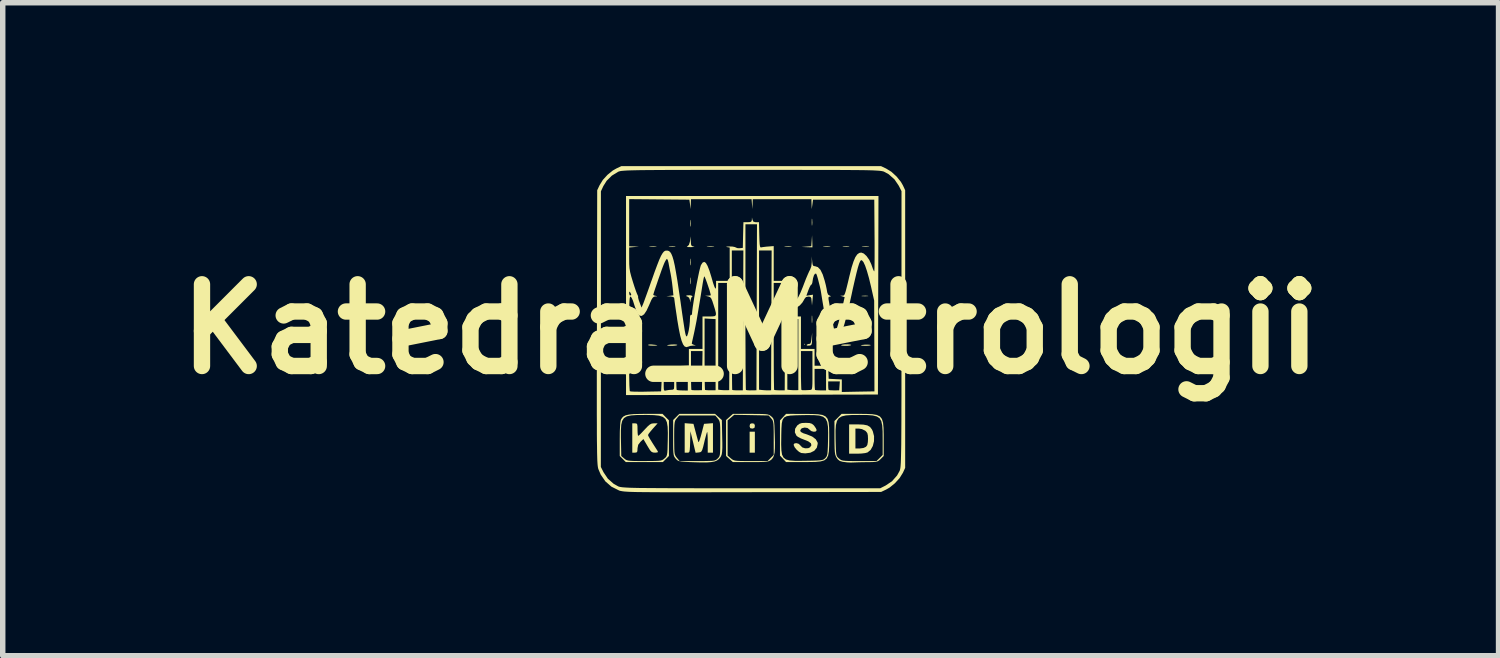
<source format=kicad_pcb>
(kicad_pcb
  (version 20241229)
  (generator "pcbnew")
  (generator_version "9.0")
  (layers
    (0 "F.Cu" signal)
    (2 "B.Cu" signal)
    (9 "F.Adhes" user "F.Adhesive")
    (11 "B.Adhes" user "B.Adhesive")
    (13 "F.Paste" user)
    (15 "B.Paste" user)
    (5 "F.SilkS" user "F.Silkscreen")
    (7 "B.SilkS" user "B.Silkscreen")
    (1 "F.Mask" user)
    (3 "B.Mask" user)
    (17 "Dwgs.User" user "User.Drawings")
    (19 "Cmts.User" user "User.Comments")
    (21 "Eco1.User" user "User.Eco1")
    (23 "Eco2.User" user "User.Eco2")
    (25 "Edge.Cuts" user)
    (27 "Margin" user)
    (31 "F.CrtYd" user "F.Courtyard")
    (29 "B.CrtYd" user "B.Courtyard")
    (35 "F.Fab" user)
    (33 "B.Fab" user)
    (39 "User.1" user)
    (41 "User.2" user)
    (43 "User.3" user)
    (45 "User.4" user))
  (footprint "Katedra_Metrologii"
    (layer "F.Cu")
    (at 10.729 2.99)
    (property "Reference" "Katedra_Metrologii" (at 0 0 0) (layer "F.SilkS") (effects (font (size 1.5 1.5) (thickness 0.3))))
    (attr board_only exclude_from_pos_files exclude_from_bom)
    (fp_poly (pts (xy 1 0.279) (xy 0.99 0.288) (xy 0.981 0.279) (xy 0.99 0.269)) (stroke (width 0) (type solid)) (fill yes) (layer "F.SilkS"))
    (fp_poly (pts (xy -1.389 -1.514) (xy -1.377 -1.509) (xy -1.399 -1.506) (xy -1.442 -1.506) (xy -1.49 -1.507) (xy -1.507 -1.51) (xy -1.495 -1.514) (xy -1.433 -1.517)) (stroke (width 0) (type solid)) (fill yes) (layer "F.SilkS"))
    (fp_poly (pts (xy -1.101 -1.995) (xy -1.098 -1.933) (xy -1.101 -1.889) (xy -1.106 -1.877) (xy -1.109 -1.899) (xy -1.109 -1.942) (xy -1.108 -1.989) (xy -1.105 -2.007)) (stroke (width 0) (type solid)) (fill yes) (layer "F.SilkS"))
    (fp_poly (pts (xy -1.101 -1.283) (xy -1.098 -1.221) (xy -1.101 -1.178) (xy -1.106 -1.166) (xy -1.109 -1.188) (xy -1.109 -1.231) (xy -1.108 -1.278) (xy -1.105 -1.296)) (stroke (width 0) (type solid)) (fill yes) (layer "F.SilkS"))
    (fp_poly (pts (xy -1.101 -0.937) (xy -1.098 -0.875) (xy -1.101 -0.832) (xy -1.106 -0.82) (xy -1.109 -0.842) (xy -1.109 -0.884) (xy -1.108 -0.932) (xy -1.105 -0.95)) (stroke (width 0) (type solid)) (fill yes) (layer "F.SilkS"))
    (fp_poly (pts (xy 0.077 2.077) (xy 0.077 2.269) (xy 0.029 2.269) (xy -0.019 2.269) (xy -0.019 2.077) (xy -0.019 1.884) (xy 0.029 1.884) (xy 0.077 1.884)) (stroke (width 0) (type solid)) (fill yes) (layer "F.SilkS"))
    (fp_poly (pts (xy 1.129 -2.014) (xy 1.132 -1.952) (xy 1.129 -1.908) (xy 1.125 -1.896) (xy 1.122 -1.918) (xy 1.121 -1.961) (xy 1.122 -2.009) (xy 1.125 -2.027)) (stroke (width 0) (type solid)) (fill yes) (layer "F.SilkS"))
    (fp_poly (pts (xy 1.131 -1.61) (xy 1.134 -1.5) (xy 1.033 -1.503) (xy 0.933 -1.507) (xy 1.023 -1.514) (xy 1.113 -1.521) (xy 1.12 -1.621) (xy 1.127 -1.721)) (stroke (width 0) (type solid)) (fill yes) (layer "F.SilkS"))
    (fp_poly (pts (xy 1.803 -1.514) (xy 1.815 -1.509) (xy 1.793 -1.506) (xy 1.75 -1.506) (xy 1.702 -1.507) (xy 1.684 -1.51) (xy 1.697 -1.514) (xy 1.759 -1.517)) (stroke (width 0) (type solid)) (fill yes) (layer "F.SilkS"))
    (fp_poly (pts (xy 2.149 -0.61) (xy 2.161 -0.606) (xy 2.139 -0.603) (xy 2.096 -0.602) (xy 2.048 -0.603) (xy 2.031 -0.606) (xy 2.043 -0.61) (xy 2.105 -0.613)) (stroke (width 0) (type solid)) (fill yes) (layer "F.SilkS"))
    (fp_poly (pts (xy -1.735 -1.514) (xy -1.724 -1.51) (xy -1.747 -1.507) (xy -1.798 -1.506) (xy -1.847 -1.507) (xy -1.866 -1.51) (xy -1.851 -1.514) (xy -1.85 -1.514) (xy -1.788 -1.517)) (stroke (width 0) (type solid)) (fill yes) (layer "F.SilkS"))
    (fp_poly (pts (xy -0.677 -1.514) (xy -0.667 -1.51) (xy -0.69 -1.507) (xy -0.74 -1.506) (xy -0.79 -1.507) (xy -0.809 -1.51) (xy -0.793 -1.514) (xy -0.793 -1.514) (xy -0.73 -1.517)) (stroke (width 0) (type solid)) (fill yes) (layer "F.SilkS"))
    (fp_poly (pts (xy 0.745 -1.514) (xy 0.756 -1.51) (xy 0.733 -1.507) (xy 0.683 -1.506) (xy 0.633 -1.507) (xy 0.614 -1.51) (xy 0.63 -1.514) (xy 0.63 -1.514) (xy 0.693 -1.517)) (stroke (width 0) (type solid)) (fill yes) (layer "F.SilkS"))
    (fp_poly (pts (xy 1.129 -0.236) (xy 1.129 -0.235) (xy 1.132 -0.172) (xy 1.129 -0.12) (xy 1.125 -0.109) (xy 1.122 -0.132) (xy 1.121 -0.183) (xy 1.122 -0.232) (xy 1.125 -0.251)) (stroke (width 0) (type solid)) (fill yes) (layer "F.SilkS"))
    (fp_poly (pts (xy 1.457 -1.514) (xy 1.467 -1.51) (xy 1.445 -1.507) (xy 1.394 -1.506) (xy 1.345 -1.507) (xy 1.326 -1.51) (xy 1.341 -1.514) (xy 1.341 -1.514) (xy 1.404 -1.517)) (stroke (width 0) (type solid)) (fill yes) (layer "F.SilkS"))
    (fp_poly (pts (xy 2.168 -1.514) (xy 2.179 -1.51) (xy 2.156 -1.507) (xy 2.105 -1.506) (xy 2.056 -1.507) (xy 2.037 -1.51) (xy 2.052 -1.514) (xy 2.053 -1.514) (xy 2.116 -1.517)) (stroke (width 0) (type solid)) (fill yes) (layer "F.SilkS"))
    (fp_poly (pts (xy -1.812 0.284) (xy -1.744 0.291) (xy -1.713 0.298) (xy -1.721 0.302) (xy -1.767 0.305) (xy -1.783 0.305) (xy -1.84 0.304) (xy -1.876 0.298) (xy -1.884 0.292) (xy -1.867 0.284) (xy -1.826 0.283)) (stroke (width 0) (type solid)) (fill yes) (layer "F.SilkS"))
    (fp_poly (pts (xy 1.413 0.285) (xy 1.456 0.291) (xy 1.479 0.299) (xy 1.467 0.304) (xy 1.427 0.307) (xy 1.397 0.308) (xy 1.345 0.305) (xy 1.312 0.297) (xy 1.307 0.291) (xy 1.324 0.284) (xy 1.364 0.283)) (stroke (width 0) (type solid)) (fill yes) (layer "F.SilkS"))
    (fp_poly (pts (xy 2.189 0.289) (xy 2.204 0.294) (xy 2.195 0.301) (xy 2.156 0.306) (xy 2.115 0.308) (xy 2.06 0.306) (xy 2.026 0.303) (xy 2.021 0.3) (xy 2.046 0.292) (xy 2.094 0.287) (xy 2.147 0.286)) (stroke (width 0) (type solid)) (fill yes) (layer "F.SilkS"))
    (fp_poly (pts (xy -1.37 0.284) (xy -1.347 0.29) (xy -1.346 0.292) (xy -1.363 0.301) (xy -1.408 0.306) (xy -1.445 0.308) (xy -1.499 0.306) (xy -1.531 0.302) (xy -1.536 0.299) (xy -1.511 0.291) (xy -1.466 0.285) (xy -1.415 0.283)) (stroke (width 0) (type solid)) (fill yes) (layer "F.SilkS"))
    (fp_poly (pts (xy 0.065 1.738) (xy 0.077 1.77) (xy 0.077 1.779) (xy 0.069 1.815) (xy 0.038 1.826) (xy 0.029 1.827) (xy -0.008 1.819) (xy -0.019 1.787) (xy -0.019 1.779) (xy -0.011 1.742) (xy 0.02 1.731) (xy 0.029 1.731)) (stroke (width 0) (type solid)) (fill yes) (layer "F.SilkS"))
    (fp_poly (pts (xy 1.824 0.284) (xy 1.845 0.291) (xy 1.846 0.292) (xy 1.829 0.301) (xy 1.784 0.307) (xy 1.747 0.308) (xy 1.693 0.306) (xy 1.662 0.301) (xy 1.659 0.296) (xy 1.684 0.287) (xy 1.729 0.282) (xy 1.781 0.281)) (stroke (width 0) (type solid)) (fill yes) (layer "F.SilkS"))
    (fp_poly (pts (xy -1.099 -1.612) (xy -1.095 -1.556) (xy -1.084 -1.528) (xy -1.059 -1.516) (xy -1.043 -1.514) (xy -1.031 -1.509) (xy -1.053 -1.506) (xy -1.096 -1.504) (xy -1.153 -1.505) (xy -1.173 -1.511) (xy -1.163 -1.517) (xy -1.134 -1.544) (xy -1.116 -1.599) (xy -1.113 -1.617) (xy -1.102 -1.702)) (stroke (width 0) (type solid)) (fill yes) (layer "F.SilkS"))
    (fp_poly (pts (xy -1.086 -0.614) (xy -1.065 -0.602) (xy -1.071 -0.597) (xy -1.088 -0.58) (xy -1.101 -0.538) (xy -1.101 -0.534) (xy -1.107 -0.495) (xy -1.11 -0.493) (xy -1.112 -0.525) (xy -1.13 -0.575) (xy -1.157 -0.594) (xy -1.186 -0.606) (xy -1.179 -0.614) (xy -1.162 -0.619) (xy -1.112 -0.62)) (stroke (width 0) (type solid)) (fill yes) (layer "F.SilkS"))
    (fp_poly (pts (xy 1.127 0.183) (xy 1.125 0.247) (xy 1.118 0.282) (xy 1.103 0.298) (xy 1.074 0.304) (xy 1.07 0.304) (xy 1.032 0.303) (xy 1.028 0.289) (xy 1.056 0.274) (xy 1.073 0.273) (xy 1.093 0.269) (xy 1.106 0.242) (xy 1.116 0.186) (xy 1.117 0.173) (xy 1.129 0.067)) (stroke (width 0) (type solid)) (fill yes) (layer "F.SilkS"))
    (fp_poly (pts (xy 2.069 1.754) (xy 2.141 1.768) (xy 2.191 1.797) (xy 2.226 1.843) (xy 2.242 1.877) (xy 2.265 1.966) (xy 2.264 2.059) (xy 2.242 2.147) (xy 2.202 2.218) (xy 2.146 2.264) (xy 2.145 2.265) (xy 2.1 2.277) (xy 2.032 2.285) (xy 1.954 2.288) (xy 1.951 2.288) (xy 1.807 2.288) (xy 1.807 2.019) (xy 1.807 2.009) (xy 1.923 2.009) (xy 1.923 2.192) (xy 2.003 2.192) (xy 2.07 2.183) (xy 2.117 2.161) (xy 2.118 2.16) (xy 2.141 2.128) (xy 2.151 2.075) (xy 2.154 2.017) (xy 2.151 1.951) (xy 2.141 1.91) (xy 2.119 1.881) (xy 2.103 1.866) (xy 2.044 1.837) (xy 1.987 1.827) (xy 1.923 1.827) (xy 1.923 2.009) (xy 1.807 2.009) (xy 1.807 1.75) (xy 1.967 1.75)) (stroke (width 0) (type solid)) (fill yes) (layer "F.SilkS"))
    (fp_poly (pts (xy -0.692 1.999) (xy -0.692 2.269) (xy -0.74 2.269) (xy -0.788 2.269) (xy -0.788 2.073) (xy -0.789 1.993) (xy -0.792 1.931) (xy -0.796 1.895) (xy -0.799 1.888) (xy -0.808 1.911) (xy -0.822 1.961) (xy -0.841 2.032) (xy -0.852 2.079) (xy -0.872 2.162) (xy -0.888 2.215) (xy -0.903 2.245) (xy -0.921 2.259) (xy -0.946 2.264) (xy -0.953 2.265) (xy -1.011 2.271) (xy -1.058 2.073) (xy -1.106 1.875) (xy -1.111 2.072) (xy -1.114 2.16) (xy -1.118 2.217) (xy -1.124 2.25) (xy -1.135 2.265) (xy -1.152 2.269) (xy -1.164 2.269) (xy -1.211 2.269) (xy -1.211 1.999) (xy -1.211 1.728) (xy -1.131 1.734) (xy -1.05 1.74) (xy -1.009 1.894) (xy -0.989 1.969) (xy -0.972 2.031) (xy -0.961 2.07) (xy -0.959 2.075) (xy -0.951 2.07) (xy -0.936 2.034) (xy -0.917 1.973) (xy -0.903 1.922) (xy -0.856 1.74) (xy -0.774 1.734) (xy -0.692 1.728)) (stroke (width 0) (type solid)) (fill yes) (layer "F.SilkS"))
    (fp_poly (pts (xy -2.098 1.733) (xy -2.084 1.746) (xy -2.078 1.78) (xy -2.077 1.842) (xy -2.077 1.846) (xy -2.075 1.907) (xy -2.07 1.949) (xy -2.064 1.961) (xy -2.046 1.948) (xy -2.01 1.913) (xy -1.962 1.862) (xy -1.947 1.846) (xy -1.891 1.787) (xy -1.85 1.752) (xy -1.816 1.735) (xy -1.778 1.731) (xy -1.775 1.731) (xy -1.708 1.731) (xy -1.796 1.829) (xy -1.84 1.881) (xy -1.872 1.922) (xy -1.884 1.945) (xy -1.884 1.946) (xy -1.875 1.969) (xy -1.849 2.016) (xy -1.811 2.077) (xy -1.802 2.092) (xy -1.761 2.156) (xy -1.727 2.209) (xy -1.706 2.242) (xy -1.704 2.245) (xy -1.705 2.262) (xy -1.738 2.268) (xy -1.756 2.269) (xy -1.792 2.266) (xy -1.82 2.253) (xy -1.847 2.224) (xy -1.881 2.169) (xy -1.896 2.144) (xy -1.969 2.019) (xy -2.023 2.071) (xy -2.064 2.124) (xy -2.077 2.188) (xy -2.077 2.196) (xy -2.08 2.244) (xy -2.093 2.264) (xy -2.125 2.269) (xy -2.125 2.269) (xy -2.173 2.269) (xy -2.173 2) (xy -2.173 1.731) (xy -2.125 1.731)) (stroke (width 0) (type solid)) (fill yes) (layer "F.SilkS"))
    (fp_poly (pts (xy 1.014 1.722) (xy 1.08 1.725) (xy 1.122 1.738) (xy 1.155 1.763) (xy 1.166 1.776) (xy 1.196 1.819) (xy 1.211 1.853) (xy 1.211 1.857) (xy 1.197 1.879) (xy 1.161 1.885) (xy 1.12 1.876) (xy 1.086 1.853) (xy 1.081 1.846) (xy 1.043 1.816) (xy 0.99 1.808) (xy 0.94 1.821) (xy 0.924 1.835) (xy 0.909 1.865) (xy 0.922 1.889) (xy 0.967 1.913) (xy 1.033 1.934) (xy 1.129 1.973) (xy 1.195 2.023) (xy 1.228 2.081) (xy 1.231 2.105) (xy 1.214 2.179) (xy 1.167 2.235) (xy 1.095 2.27) (xy 1.003 2.282) (xy 0.928 2.275) (xy 0.888 2.254) (xy 0.843 2.214) (xy 0.806 2.168) (xy 0.789 2.127) (xy 0.788 2.123) (xy 0.803 2.1) (xy 0.836 2.094) (xy 0.876 2.104) (xy 0.907 2.129) (xy 0.914 2.139) (xy 0.947 2.172) (xy 0.999 2.189) (xy 1.055 2.187) (xy 1.089 2.171) (xy 1.115 2.133) (xy 1.105 2.096) (xy 1.057 2.061) (xy 0.99 2.034) (xy 0.923 2.008) (xy 0.868 1.979) (xy 0.841 1.958) (xy 0.811 1.896) (xy 0.816 1.83) (xy 0.855 1.77) (xy 0.857 1.768) (xy 0.896 1.739) (xy 0.941 1.725) (xy 1.009 1.722)) (stroke (width 0) (type solid)) (fill yes) (layer "F.SilkS"))
    (fp_poly (pts (xy 0.118 1.558) (xy 0.206 1.559) (xy 0.267 1.562) (xy 0.309 1.567) (xy 0.338 1.576) (xy 0.359 1.588) (xy 0.379 1.604) (xy 0.399 1.622) (xy 0.414 1.642) (xy 0.424 1.668) (xy 0.431 1.708) (xy 0.436 1.768) (xy 0.439 1.856) (xy 0.442 1.945) (xy 0.446 2.082) (xy 0.445 2.186) (xy 0.44 2.264) (xy 0.428 2.32) (xy 0.411 2.36) (xy 0.386 2.391) (xy 0.372 2.403) (xy 0.35 2.417) (xy 0.325 2.428) (xy 0.289 2.435) (xy 0.236 2.439) (xy 0.161 2.441) (xy 0.056 2.442) (xy -0.002 2.442) (xy -0.326 2.442) (xy -0.389 2.386) (xy -0.452 2.33) (xy -0.452 2) (xy -0.452 1.676) (xy -0.423 1.676) (xy -0.423 2) (xy -0.423 2.323) (xy -0.364 2.373) (xy -0.34 2.392) (xy -0.317 2.405) (xy -0.288 2.414) (xy -0.245 2.419) (xy -0.182 2.422) (xy -0.093 2.423) (xy 0.003 2.423) (xy 0.311 2.423) (xy 0.367 2.367) (xy 0.423 2.31) (xy 0.423 2.002) (xy 0.423 1.887) (xy 0.421 1.803) (xy 0.418 1.744) (xy 0.412 1.705) (xy 0.403 1.677) (xy 0.389 1.655) (xy 0.377 1.64) (xy 0.33 1.586) (xy 0.014 1.58) (xy -0.302 1.574) (xy -0.362 1.625) (xy -0.423 1.676) (xy -0.452 1.676) (xy -0.452 1.67) (xy -0.389 1.614) (xy -0.326 1.557) (xy -0.001 1.557)) (stroke (width 0) (type solid)) (fill yes) (layer "F.SilkS"))
    (fp_poly (pts (xy -1.559 1.617) (xy -1.5 1.676) (xy -1.5 2.003) (xy -1.5 2.33) (xy -1.556 2.386) (xy -1.612 2.442) (xy -1.952 2.442) (xy -2.291 2.442) (xy -2.347 2.386) (xy -2.403 2.33) (xy -2.403 2.021) (xy -2.402 1.902) (xy -2.401 1.862) (xy -2.382 1.862) (xy -2.382 1.998) (xy -2.381 2.038) (xy -2.375 2.33) (xy -2.321 2.376) (xy -2.299 2.394) (xy -2.276 2.406) (xy -2.246 2.414) (xy -2.202 2.419) (xy -2.137 2.422) (xy -2.045 2.423) (xy -1.952 2.423) (xy -1.835 2.422) (xy -1.749 2.421) (xy -1.69 2.418) (xy -1.649 2.413) (xy -1.621 2.403) (xy -1.599 2.39) (xy -1.583 2.376) (xy -1.561 2.357) (xy -1.547 2.338) (xy -1.537 2.31) (xy -1.53 2.269) (xy -1.526 2.207) (xy -1.524 2.117) (xy -1.522 2.054) (xy -1.52 1.907) (xy -1.524 1.793) (xy -1.538 1.709) (xy -1.566 1.65) (xy -1.612 1.612) (xy -1.681 1.59) (xy -1.775 1.58) (xy -1.899 1.577) (xy -1.952 1.577) (xy -2.089 1.578) (xy -2.195 1.585) (xy -2.272 1.602) (xy -2.325 1.634) (xy -2.358 1.685) (xy -2.376 1.759) (xy -2.382 1.862) (xy -2.401 1.862) (xy -2.398 1.801) (xy -2.393 1.723) (xy -2.385 1.675) (xy -2.383 1.667) (xy -2.361 1.63) (xy -2.332 1.602) (xy -2.29 1.582) (xy -2.23 1.569) (xy -2.146 1.561) (xy -2.032 1.558) (xy -1.936 1.557) (xy -1.618 1.557)) (stroke (width 0) (type solid)) (fill yes) (layer "F.SilkS"))
    (fp_poly (pts (xy 0.984 1.558) (xy 1.128 1.559) (xy 1.238 1.564) (xy 1.319 1.577) (xy 1.375 1.604) (xy 1.411 1.647) (xy 1.431 1.713) (xy 1.44 1.804) (xy 1.442 1.926) (xy 1.442 2) (xy 1.441 2.138) (xy 1.436 2.245) (xy 1.422 2.322) (xy 1.395 2.376) (xy 1.35 2.411) (xy 1.282 2.43) (xy 1.187 2.439) (xy 1.06 2.441) (xy 0.984 2.442) (xy 0.65 2.442) (xy 0.594 2.382) (xy 0.538 2.323) (xy 0.538 2.117) (xy 0.56 2.117) (xy 0.564 2.225) (xy 0.576 2.305) (xy 0.603 2.359) (xy 0.648 2.394) (xy 0.716 2.412) (xy 0.812 2.419) (xy 0.939 2.419) (xy 1.014 2.418) (xy 1.131 2.416) (xy 1.215 2.413) (xy 1.274 2.409) (xy 1.313 2.403) (xy 1.34 2.393) (xy 1.359 2.379) (xy 1.37 2.369) (xy 1.387 2.349) (xy 1.399 2.325) (xy 1.408 2.291) (xy 1.413 2.238) (xy 1.417 2.161) (xy 1.42 2.053) (xy 1.422 1.905) (xy 1.419 1.791) (xy 1.405 1.706) (xy 1.376 1.647) (xy 1.329 1.609) (xy 1.259 1.588) (xy 1.162 1.58) (xy 1.033 1.579) (xy 0.96 1.58) (xy 0.828 1.583) (xy 0.73 1.588) (xy 0.66 1.6) (xy 0.613 1.625) (xy 0.585 1.668) (xy 0.571 1.732) (xy 0.565 1.824) (xy 0.562 1.948) (xy 0.562 1.976) (xy 0.56 2.117) (xy 0.538 2.117) (xy 0.538 2) (xy 0.538 1.677) (xy 0.594 1.617) (xy 0.65 1.557)) (stroke (width 0) (type solid)) (fill yes) (layer "F.SilkS"))
    (fp_poly (pts (xy 2.123 1.558) (xy 2.234 1.563) (xy 2.316 1.577) (xy 2.373 1.605) (xy 2.409 1.65) (xy 2.43 1.718) (xy 2.439 1.812) (xy 2.442 1.938) (xy 2.442 2.019) (xy 2.442 2.33) (xy 2.386 2.386) (xy 2.359 2.411) (xy 2.333 2.427) (xy 2.298 2.437) (xy 2.247 2.441) (xy 2.17 2.443) (xy 2.131 2.443) (xy 2.042 2.444) (xy 1.963 2.446) (xy 1.905 2.448) (xy 1.884 2.449) (xy 1.831 2.45) (xy 1.769 2.447) (xy 1.769 2.447) (xy 1.689 2.437) (xy 1.636 2.421) (xy 1.6 2.393) (xy 1.576 2.36) (xy 1.562 2.332) (xy 1.551 2.299) (xy 1.545 2.255) (xy 1.541 2.192) (xy 1.539 2.105) (xy 1.538 1.993) (xy 1.538 1.865) (xy 1.558 1.865) (xy 1.559 2.001) (xy 1.56 2.055) (xy 1.563 2.163) (xy 1.566 2.239) (xy 1.571 2.291) (xy 1.579 2.325) (xy 1.591 2.347) (xy 1.609 2.366) (xy 1.621 2.376) (xy 1.642 2.393) (xy 1.665 2.406) (xy 1.695 2.414) (xy 1.739 2.419) (xy 1.804 2.422) (xy 1.895 2.423) (xy 1.993 2.423) (xy 2.31 2.423) (xy 2.367 2.367) (xy 2.423 2.31) (xy 2.423 2.019) (xy 2.422 1.878) (xy 2.415 1.771) (xy 2.398 1.692) (xy 2.367 1.638) (xy 2.317 1.605) (xy 2.243 1.586) (xy 2.141 1.578) (xy 2.006 1.577) (xy 1.987 1.577) (xy 1.852 1.578) (xy 1.748 1.585) (xy 1.671 1.603) (xy 1.618 1.636) (xy 1.584 1.687) (xy 1.565 1.762) (xy 1.558 1.865) (xy 1.538 1.865) (xy 1.538 1.688) (xy 1.604 1.623) (xy 1.669 1.557) (xy 1.978 1.557)) (stroke (width 0) (type solid)) (fill yes) (layer "F.SilkS"))
    (fp_poly (pts (xy -0.592 1.614) (xy -0.529 1.67) (xy -0.523 1.962) (xy -0.52 2.088) (xy -0.52 2.182) (xy -0.524 2.251) (xy -0.531 2.299) (xy -0.544 2.335) (xy -0.563 2.363) (xy -0.587 2.389) (xy -0.619 2.413) (xy -0.663 2.431) (xy -0.724 2.442) (xy -0.807 2.448) (xy -0.917 2.448) (xy -1.059 2.444) (xy -1.112 2.442) (xy -1.207 2.437) (xy -1.271 2.432) (xy -1.314 2.424) (xy -1.342 2.412) (xy -1.363 2.393) (xy -1.377 2.378) (xy -1.393 2.357) (xy -1.406 2.335) (xy -1.414 2.305) (xy -1.419 2.262) (xy -1.422 2.199) (xy -1.423 2.109) (xy -1.423 1.999) (xy -1.404 1.999) (xy -1.403 2.114) (xy -1.402 2.197) (xy -1.399 2.255) (xy -1.393 2.295) (xy -1.383 2.322) (xy -1.369 2.345) (xy -1.354 2.364) (xy -1.304 2.423) (xy -0.978 2.423) (xy -0.859 2.423) (xy -0.772 2.421) (xy -0.711 2.419) (xy -0.67 2.414) (xy -0.643 2.405) (xy -0.623 2.393) (xy -0.605 2.376) (xy -0.605 2.376) (xy -0.587 2.357) (xy -0.575 2.337) (xy -0.566 2.309) (xy -0.561 2.267) (xy -0.559 2.205) (xy -0.558 2.117) (xy -0.558 2.011) (xy -0.558 1.894) (xy -0.559 1.808) (xy -0.562 1.748) (xy -0.568 1.707) (xy -0.577 1.679) (xy -0.59 1.658) (xy -0.604 1.64) (xy -0.65 1.586) (xy -0.981 1.586) (xy -1.311 1.586) (xy -1.357 1.64) (xy -1.375 1.662) (xy -1.387 1.685) (xy -1.395 1.716) (xy -1.4 1.761) (xy -1.403 1.828) (xy -1.404 1.922) (xy -1.404 1.999) (xy -1.423 1.999) (xy -1.423 1.997) (xy -1.423 1.67) (xy -1.367 1.614) (xy -1.31 1.557) (xy -0.982 1.557) (xy -0.654 1.557)) (stroke (width 0) (type solid)) (fill yes) (layer "F.SilkS"))
    (fp_poly (pts (xy 2.485 -2.947) (xy 2.583 -2.887) (xy 2.677 -2.801) (xy 2.756 -2.704) (xy 2.794 -2.639) (xy 2.836 -2.548) (xy 2.836 0) (xy 2.836 2.548) (xy 2.794 2.639) (xy 2.733 2.737) (xy 2.647 2.831) (xy 2.55 2.91) (xy 2.485 2.947) (xy 2.394 2.99) (xy 0.038 2.994) (xy -0.312 2.995) (xy -0.626 2.995) (xy -0.905 2.996) (xy -1.153 2.996) (xy -1.37 2.996) (xy -1.56 2.996) (xy -1.723 2.995) (xy -1.863 2.994) (xy -1.981 2.993) (xy -2.079 2.992) (xy -2.16 2.99) (xy -2.225 2.988) (xy -2.277 2.985) (xy -2.318 2.982) (xy -2.35 2.978) (xy -2.374 2.974) (xy -2.394 2.97) (xy -2.411 2.965) (xy -2.418 2.962) (xy -2.556 2.893) (xy -2.668 2.795) (xy -2.753 2.671) (xy -2.797 2.567) (xy -2.801 2.55) (xy -2.805 2.531) (xy -2.75 2.531) (xy -2.7 2.63) (xy -2.621 2.747) (xy -2.513 2.842) (xy -2.434 2.886) (xy -2.421 2.892) (xy -2.405 2.896) (xy -2.385 2.9) (xy -2.357 2.904) (xy -2.321 2.907) (xy -2.274 2.91) (xy -2.214 2.913) (xy -2.139 2.915) (xy -2.046 2.917) (xy -1.935 2.918) (xy -1.802 2.919) (xy -1.646 2.92) (xy -1.464 2.921) (xy -1.255 2.921) (xy -1.016 2.922) (xy -0.745 2.922) (xy -0.441 2.922) (xy -0.102 2.922) (xy 0.011 2.922) (xy 2.377 2.923) (xy 2.476 2.873) (xy 2.594 2.794) (xy 2.688 2.687) (xy 2.732 2.607) (xy 2.738 2.594) (xy 2.742 2.579) (xy 2.746 2.559) (xy 2.75 2.533) (xy 2.753 2.498) (xy 2.756 2.452) (xy 2.758 2.393) (xy 2.76 2.32) (xy 2.762 2.231) (xy 2.764 2.122) (xy 2.765 1.994) (xy 2.766 1.842) (xy 2.767 1.666) (xy 2.767 1.463) (xy 2.768 1.232) (xy 2.768 0.97) (xy 2.768 0.676) (xy 2.768 0.347) (xy 2.768 -0.001) (xy 2.769 -2.531) (xy 2.719 -2.63) (xy 2.64 -2.747) (xy 2.533 -2.842) (xy 2.453 -2.886) (xy 2.44 -2.892) (xy 2.424 -2.896) (xy 2.404 -2.9) (xy 2.377 -2.904) (xy 2.341 -2.907) (xy 2.294 -2.91) (xy 2.234 -2.913) (xy 2.158 -2.915) (xy 2.066 -2.917) (xy 1.954 -2.918) (xy 1.822 -2.919) (xy 1.665 -2.92) (xy 1.484 -2.921) (xy 1.275 -2.921) (xy 1.036 -2.921) (xy 0.766 -2.922) (xy 0.462 -2.922) (xy 0.122 -2.922) (xy 0.01 -2.922) (xy -0.342 -2.922) (xy -0.656 -2.922) (xy -0.937 -2.922) (xy -1.185 -2.921) (xy -1.403 -2.921) (xy -1.593 -2.92) (xy -1.757 -2.919) (xy -1.897 -2.918) (xy -2.015 -2.917) (xy -2.113 -2.915) (xy -2.193 -2.913) (xy -2.257 -2.911) (xy -2.308 -2.908) (xy -2.347 -2.905) (xy -2.377 -2.902) (xy -2.399 -2.898) (xy -2.416 -2.893) (xy -2.43 -2.888) (xy -2.434 -2.886) (xy -2.548 -2.816) (xy -2.643 -2.722) (xy -2.704 -2.625) (xy -2.749 -2.528) (xy -2.749 0.001) (xy -2.75 2.531) (xy -2.805 2.531) (xy -2.805 2.528) (xy -2.809 2.498) (xy -2.812 2.459) (xy -2.815 2.409) (xy -2.817 2.345) (xy -2.819 2.266) (xy -2.82 2.17) (xy -2.822 2.054) (xy -2.823 1.917) (xy -2.823 1.757) (xy -2.824 1.571) (xy -2.824 1.359) (xy -2.824 1.116) (xy -2.824 0.843) (xy -2.823 0.536) (xy -2.823 0.195) (xy -2.822 -0.038) (xy -2.817 -2.548) (xy -2.774 -2.639) (xy -2.714 -2.737) (xy -2.628 -2.831) (xy -2.531 -2.91) (xy -2.466 -2.947) (xy -2.375 -2.99) (xy 0.01 -2.99) (xy 2.394 -2.99)) (stroke (width 0) (type solid)) (fill yes) (layer "F.SilkS"))
    (fp_poly (pts (xy 2.341 -0.62) (xy 2.336 1.202) (xy 0.024 1.207) (xy -2.288 1.212) (xy -2.288 0.308) (xy -2.23 0.308) (xy -2.23 0.718) (xy -2.23 0.84) (xy -2.228 0.949) (xy -2.226 1.038) (xy -2.222 1.103) (xy -2.219 1.138) (xy -2.217 1.141) (xy -2.194 1.146) (xy -2.14 1.149) (xy -2.062 1.15) (xy -1.966 1.15) (xy -1.924 1.149) (xy -1.644 1.144) (xy -1.639 1.05) (xy -1.596 1.05) (xy -1.594 1.104) (xy -1.586 1.128) (xy -1.567 1.131) (xy -1.553 1.127) (xy -1.499 1.118) (xy -1.457 1.115) (xy -1.423 1.112) (xy -1.407 1.094) (xy -1.404 1.05) (xy -1.404 1.038) (xy -1.404 0.961) (xy -1.5 0.961) (xy -1.596 0.961) (xy -1.596 1.05) (xy -1.639 1.05) (xy -1.638 1.033) (xy -1.634 0.943) (xy -1.365 0.943) (xy -1.364 1.016) (xy -1.362 1.075) (xy -1.359 1.111) (xy -1.357 1.117) (xy -1.335 1.122) (xy -1.287 1.126) (xy -1.251 1.127) (xy -1.154 1.129) (xy -1.154 0.932) (xy -1.154 0.756) (xy -1.096 0.756) (xy -1.096 0.869) (xy -1.094 0.967) (xy -1.092 1.046) (xy -1.09 1.098) (xy -1.087 1.118) (xy -1.064 1.122) (xy -1.016 1.124) (xy -0.986 1.124) (xy -0.894 1.122) (xy -0.889 0.763) (xy -0.884 0.457) (xy -0.846 0.457) (xy -0.846 0.612) (xy -0.845 0.753) (xy -0.844 0.878) (xy -0.843 0.981) (xy -0.841 1.058) (xy -0.839 1.105) (xy -0.838 1.117) (xy -0.816 1.121) (xy -0.768 1.124) (xy -0.737 1.124) (xy -0.644 1.123) (xy -0.644 0.47) (xy -0.644 0.133) (xy -0.596 0.133) (xy -0.596 1.113) (xy -0.543 1.119) (xy -0.483 1.123) (xy -0.442 1.123) (xy -0.394 1.121) (xy -0.389 0.138) (xy -0.388 -0.167) (xy -0.346 -0.167) (xy -0.346 0.051) (xy -0.346 0.258) (xy -0.345 0.449) (xy -0.344 0.623) (xy -0.343 0.776) (xy -0.342 0.904) (xy -0.341 1.005) (xy -0.34 1.076) (xy -0.339 1.112) (xy -0.338 1.117) (xy -0.316 1.122) (xy -0.268 1.125) (xy -0.237 1.125) (xy -0.144 1.125) (xy -0.139 -0.159) (xy -0.138 -0.407) (xy -0.096 -0.407) (xy -0.096 -0.169) (xy -0.096 0.058) (xy -0.095 0.27) (xy -0.094 0.466) (xy -0.094 0.641) (xy -0.093 0.794) (xy -0.091 0.92) (xy -0.09 1.018) (xy -0.089 1.084) (xy -0.087 1.116) (xy -0.087 1.118) (xy -0.064 1.123) (xy -0.016 1.126) (xy 0.014 1.125) (xy 0.106 1.124) (xy 0.11 -0.165) (xy 0.154 -0.165) (xy 0.154 1.113) (xy 0.207 1.119) (xy 0.268 1.124) (xy 0.317 1.125) (xy 0.375 1.124) (xy 0.379 0.131) (xy 0.423 0.131) (xy 0.423 0.322) (xy 0.424 0.5) (xy 0.424 0.662) (xy 0.425 0.806) (xy 0.426 0.927) (xy 0.428 1.021) (xy 0.429 1.085) (xy 0.431 1.115) (xy 0.431 1.117) (xy 0.453 1.121) (xy 0.501 1.124) (xy 0.532 1.125) (xy 0.625 1.125) (xy 0.628 0.459) (xy 0.673 0.459) (xy 0.673 1.113) (xy 0.726 1.119) (xy 0.786 1.123) (xy 0.827 1.123) (xy 0.875 1.121) (xy 0.875 0.756) (xy 0.923 0.756) (xy 0.923 0.869) (xy 0.925 0.967) (xy 0.927 1.046) (xy 0.929 1.098) (xy 0.932 1.117) (xy 0.951 1.123) (xy 0.997 1.123) (xy 1.075 1.119) (xy 1.091 1.118) (xy 1.106 1.116) (xy 1.118 1.109) (xy 1.125 1.092) (xy 1.13 1.06) (xy 1.133 1.007) (xy 1.134 0.928) (xy 1.134 0.92) (xy 1.173 0.92) (xy 1.174 1.001) (xy 1.176 1.066) (xy 1.179 1.107) (xy 1.181 1.117) (xy 1.203 1.122) (xy 1.251 1.125) (xy 1.287 1.126) (xy 1.384 1.126) (xy 1.384 1.035) (xy 1.423 1.035) (xy 1.425 1.085) (xy 1.43 1.115) (xy 1.432 1.118) (xy 1.454 1.123) (xy 1.502 1.125) (xy 1.533 1.126) (xy 1.625 1.125) (xy 1.631 1.043) (xy 1.637 0.961) (xy 1.53 0.961) (xy 1.423 0.961) (xy 1.423 1.035) (xy 1.384 1.035) (xy 1.384 0.929) (xy 1.384 0.731) (xy 1.279 0.731) (xy 1.173 0.731) (xy 1.173 0.92) (xy 1.134 0.92) (xy 1.134 0.819) (xy 1.134 0.76) (xy 1.134 0.404) (xy 1.029 0.404) (xy 0.923 0.404) (xy 0.923 0.756) (xy 0.875 0.756) (xy 0.875 0.469) (xy 0.875 -0.183) (xy 0.774 -0.188) (xy 0.673 -0.194) (xy 0.673 0.459) (xy 0.628 0.459) (xy 0.63 0.139) (xy 0.633 -0.399) (xy 0.673 -0.399) (xy 0.673 -0.315) (xy 0.673 -0.231) (xy 0.798 -0.231) (xy 0.923 -0.231) (xy 0.923 0.067) (xy 0.923 0.365) (xy 1.048 0.365) (xy 1.173 0.365) (xy 1.173 0.519) (xy 1.173 0.673) (xy 1.297 0.673) (xy 1.421 0.673) (xy 1.427 0.793) (xy 1.432 0.913) (xy 1.553 0.919) (xy 1.673 0.925) (xy 1.673 1.04) (xy 1.673 1.155) (xy 1.972 1.149) (xy 2.272 1.144) (xy 2.27 0.311) (xy 2.267 -0.523) (xy 2.21 -0.776) (xy 2.172 -0.934) (xy 2.135 -1.064) (xy 2.101 -1.164) (xy 2.07 -1.23) (xy 2.042 -1.262) (xy 2.024 -1.263) (xy 2.009 -1.243) (xy 1.99 -1.199) (xy 1.968 -1.128) (xy 1.942 -1.027) (xy 1.911 -0.896) (xy 1.873 -0.73) (xy 1.855 -0.644) (xy 1.807 -0.426) (xy 1.762 -0.243) (xy 1.722 -0.095) (xy 1.685 0.022) (xy 1.65 0.109) (xy 1.616 0.168) (xy 1.583 0.201) (xy 1.552 0.212) (xy 1.504 0.193) (xy 1.463 0.137) (xy 1.434 0.067) (xy 1.42 0.016) (xy 1.402 -0.064) (xy 1.381 -0.165) (xy 1.359 -0.279) (xy 1.337 -0.397) (xy 1.318 -0.51) (xy 1.302 -0.609) (xy 1.295 -0.654) (xy 1.286 -0.708) (xy 1.271 -0.778) (xy 1.252 -0.853) (xy 1.234 -0.924) (xy 1.217 -0.981) (xy 1.205 -1.012) (xy 1.203 -1.015) (xy 1.182 -1.017) (xy 1.162 -0.987) (xy 1.145 -0.933) (xy 1.139 -0.896) (xy 1.131 -0.846) (xy 1.12 -0.819) (xy 1.115 -0.817) (xy 1.102 -0.805) (xy 1.081 -0.766) (xy 1.061 -0.718) (xy 1.022 -0.611) (xy 1.083 -0.621) (xy 1.144 -0.631) (xy 1.135 -0.532) (xy 1.126 -0.433) (xy 1.119 -0.514) (xy 1.113 -0.566) (xy 1.099 -0.589) (xy 1.071 -0.596) (xy 1.059 -0.596) (xy 1.015 -0.587) (xy 0.987 -0.552) (xy 0.98 -0.538) (xy 0.949 -0.486) (xy 0.904 -0.436) (xy 0.897 -0.43) (xy 0.85 -0.398) (xy 0.802 -0.387) (xy 0.756 -0.39) (xy 0.673 -0.399) (xy 0.633 -0.399) (xy 0.635 -0.846) (xy 0.529 -0.846) (xy 0.423 -0.846) (xy 0.423 0.131) (xy 0.379 0.131) (xy 0.38 -0.159) (xy 0.385 -1.442) (xy 0.269 -1.442) (xy 0.154 -1.442) (xy 0.154 -0.165) (xy 0.11 -0.165) (xy 0.111 -0.4) (xy 0.116 -1.923) (xy 0.01 -1.923) (xy -0.096 -1.923) (xy -0.096 -0.407) (xy -0.138 -0.407) (xy -0.134 -1.442) (xy -0.24 -1.442) (xy -0.346 -1.442) (xy -0.346 -0.167) (xy -0.388 -0.167) (xy -0.384 -0.846) (xy -0.49 -0.846) (xy -0.596 -0.846) (xy -0.596 0.133) (xy -0.644 0.133) (xy -0.644 -0.183) (xy -0.745 -0.188) (xy -0.846 -0.194) (xy -0.846 0.457) (xy -0.884 0.457) (xy -0.884 0.404) (xy -0.99 0.404) (xy -1.096 0.404) (xy -1.096 0.756) (xy -1.154 0.756) (xy -1.154 0.734) (xy -1.251 0.728) (xy -1.309 0.725) (xy -1.348 0.727) (xy -1.357 0.729) (xy -1.361 0.751) (xy -1.363 0.801) (xy -1.365 0.868) (xy -1.365 0.943) (xy -1.634 0.943) (xy -1.632 0.923) (xy -1.519 0.923) (xy -1.405 0.923) (xy -1.4 0.803) (xy -1.394 0.683) (xy -1.264 0.677) (xy -1.134 0.671) (xy -1.134 0.518) (xy -1.134 0.365) (xy -1.009 0.365) (xy -0.884 0.365) (xy -0.884 0.067) (xy -0.884 -0.231) (xy -0.76 -0.231) (xy -0.698 -0.232) (xy -0.658 -0.238) (xy -0.639 -0.257) (xy -0.638 -0.293) (xy -0.653 -0.355) (xy -0.68 -0.442) (xy -0.704 -0.516) (xy -0.723 -0.56) (xy -0.744 -0.585) (xy -0.771 -0.596) (xy -0.78 -0.599) (xy -0.836 -0.611) (xy -0.784 -0.613) (xy -0.745 -0.616) (xy -0.731 -0.62) (xy -0.74 -0.657) (xy -0.756 -0.714) (xy -0.778 -0.78) (xy -0.801 -0.848) (xy -0.823 -0.908) (xy -0.841 -0.951) (xy -0.851 -0.968) (xy -0.852 -0.967) (xy -0.861 -0.94) (xy -0.872 -0.886) (xy -0.884 -0.817) (xy -0.884 -0.816) (xy -0.918 -0.602) (xy -0.948 -0.423) (xy -0.973 -0.273) (xy -0.994 -0.149) (xy -1.014 -0.048) (xy -1.031 0.036) (xy -1.042 0.087) (xy -1.059 0.163) (xy -1.073 0.225) (xy -1.08 0.262) (xy -1.081 0.269) (xy -1.063 0.281) (xy -1.035 0.292) (xy -1.009 0.3) (xy -1.018 0.303) (xy -1.048 0.303) (xy -1.105 0.309) (xy -1.146 0.323) (xy -1.181 0.332) (xy -1.213 0.319) (xy -1.241 0.281) (xy -1.268 0.215) (xy -1.294 0.119) (xy -1.32 -0.01) (xy -1.348 -0.174) (xy -1.356 -0.231) (xy -1.372 -0.338) (xy -1.386 -0.433) (xy -1.396 -0.508) (xy -1.402 -0.557) (xy -1.404 -0.572) (xy -1.421 -0.589) (xy -1.468 -0.599) (xy -1.476 -0.599) (xy -1.548 -0.602) (xy -1.483 -0.61) (xy -1.418 -0.618) (xy -1.432 -0.756) (xy -1.443 -0.85) (xy -1.458 -0.951) (xy -1.47 -1.019) (xy -1.486 -1.097) (xy -1.5 -1.172) (xy -1.508 -1.216) (xy -1.52 -1.262) (xy -1.534 -1.287) (xy -1.537 -1.288) (xy -1.553 -1.272) (xy -1.576 -1.231) (xy -1.591 -1.197) (xy -1.609 -1.152) (xy -1.634 -1.085) (xy -1.663 -1.002) (xy -1.695 -0.912) (xy -1.725 -0.823) (xy -1.753 -0.742) (xy -1.774 -0.678) (xy -1.786 -0.637) (xy -1.788 -0.627) (xy -1.772 -0.617) (xy -1.745 -0.61) (xy -1.717 -0.603) (xy -1.726 -0.6) (xy -1.751 -0.599) (xy -1.777 -0.593) (xy -1.799 -0.574) (xy -1.822 -0.536) (xy -1.851 -0.47) (xy -1.863 -0.442) (xy -1.911 -0.338) (xy -1.956 -0.271) (xy -1.999 -0.241) (xy -2.04 -0.246) (xy -2.056 -0.258) (xy -2.078 -0.291) (xy -2.104 -0.351) (xy -2.13 -0.424) (xy -2.136 -0.443) (xy -2.161 -0.522) (xy -2.185 -0.574) (xy -2.204 -0.596) (xy -2.206 -0.596) (xy -2.214 -0.589) (xy -2.22 -0.567) (xy -2.224 -0.524) (xy -2.227 -0.458) (xy -2.227 -0.363) (xy -2.227 -0.236) (xy -2.226 -0.159) (xy -2.221 0.278) (xy -2.145 0.284) (xy -2.085 0.291) (xy -2.063 0.298) (xy -2.077 0.305) (xy -2.13 0.308) (xy -2.141 0.308) (xy -2.23 0.308) (xy -2.288 0.308) (xy -2.288 -0.615) (xy -2.288 -0.659) (xy -2.23 -0.659) (xy -2.223 -0.625) (xy -2.211 -0.615) (xy -2.193 -0.626) (xy -2.192 -0.63) (xy -2.202 -0.657) (xy -2.211 -0.673) (xy -2.225 -0.688) (xy -2.23 -0.669) (xy -2.23 -0.659) (xy -2.288 -0.659) (xy -2.288 -1.952) (xy -2.23 -1.952) (xy -2.23 -1.519) (xy -2.139 -1.516) (xy -2.048 -1.512) (xy -2.139 -1.505) (xy -2.23 -1.498) (xy -2.23 -1.29) (xy -2.229 -1.193) (xy -2.224 -1.116) (xy -2.212 -1.044) (xy -2.191 -0.963) (xy -2.161 -0.864) (xy -2.133 -0.776) (xy -2.107 -0.701) (xy -2.087 -0.648) (xy -2.075 -0.623) (xy -2.065 -0.599) (xy -2.067 -0.593) (xy -2.065 -0.572) (xy -2.053 -0.526) (xy -2.039 -0.489) (xy -2.003 -0.394) (xy -1.974 -0.461) (xy -1.959 -0.5) (xy -1.934 -0.569) (xy -1.901 -0.66) (xy -1.863 -0.766) (xy -1.823 -0.881) (xy -1.819 -0.89) (xy -1.763 -1.049) (xy -1.716 -1.175) (xy -1.678 -1.272) (xy -1.646 -1.343) (xy -1.618 -1.391) (xy -1.594 -1.421) (xy -1.571 -1.436) (xy -1.559 -1.439) (xy -1.529 -1.44) (xy -1.502 -1.433) (xy -1.478 -1.414) (xy -1.456 -1.38) (xy -1.435 -1.329) (xy -1.414 -1.258) (xy -1.393 -1.164) (xy -1.371 -1.043) (xy -1.346 -0.894) (xy -1.319 -0.714) (xy -1.287 -0.499) (xy -1.278 -0.433) (xy -1.255 -0.271) (xy -1.236 -0.142) (xy -1.221 -0.044) (xy -1.21 0.028) (xy -1.2 0.078) (xy -1.192 0.11) (xy -1.185 0.127) (xy -1.178 0.134) (xy -1.173 0.135) (xy -1.162 0.117) (xy -1.148 0.073) (xy -1.137 0.026) (xy -1.124 -0.056) (xy -1.116 -0.141) (xy -1.115 -0.177) (xy -1.112 -0.234) (xy -1.102 -0.26) (xy -1.096 -0.26) (xy -1.079 -0.263) (xy -1.077 -0.275) (xy -1.073 -0.324) (xy -1.063 -0.402) (xy -1.048 -0.501) (xy -1.03 -0.613) (xy -1.009 -0.731) (xy -0.987 -0.849) (xy -0.965 -0.959) (xy -0.945 -1.054) (xy -0.927 -1.127) (xy -0.914 -1.171) (xy -0.912 -1.175) (xy -0.882 -1.22) (xy -0.852 -1.233) (xy -0.822 -1.213) (xy -0.791 -1.159) (xy -0.756 -1.069) (xy -0.72 -0.952) (xy -0.69 -0.847) (xy -0.666 -0.778) (xy -0.65 -0.745) (xy -0.639 -0.747) (xy -0.635 -0.782) (xy -0.635 -0.804) (xy -0.635 -0.884) (xy -0.51 -0.884) (xy -0.385 -0.884) (xy -0.385 -1.191) (xy -0.385 -1.497) (xy -0.437 -1.505) (xy -0.452 -1.51) (xy -0.431 -1.514) (xy -0.393 -1.516) (xy -0.333 -1.514) (xy -0.288 -1.505) (xy -0.275 -1.498) (xy -0.242 -1.485) (xy -0.199 -1.484) (xy -0.144 -1.49) (xy -0.139 -1.726) (xy -0.133 -1.961) (xy -0.057 -1.961) (xy -0.007 -1.964) (xy 0.016 -1.978) (xy 0.022 -2.005) (xy 0.024 -2.048) (xy 0.033 -2.005) (xy 0.049 -1.972) (xy 0.089 -1.961) (xy 0.097 -1.961) (xy 0.153 -1.961) (xy 0.158 -1.726) (xy 0.161 -1.626) (xy 0.165 -1.559) (xy 0.171 -1.519) (xy 0.179 -1.501) (xy 0.192 -1.498) (xy 0.192 -1.499) (xy 0.227 -1.505) (xy 0.285 -1.512) (xy 0.322 -1.515) (xy 0.423 -1.523) (xy 0.423 -1.204) (xy 0.423 -0.884) (xy 0.548 -0.884) (xy 0.673 -0.884) (xy 0.673 -0.75) (xy 0.673 -0.615) (xy 0.735 -0.612) (xy 0.798 -0.609) (xy 0.735 -0.601) (xy 0.689 -0.588) (xy 0.673 -0.562) (xy 0.673 -0.558) (xy 0.69 -0.521) (xy 0.74 -0.502) (xy 0.779 -0.5) (xy 0.81 -0.508) (xy 0.842 -0.536) (xy 0.875 -0.587) (xy 0.913 -0.665) (xy 0.958 -0.774) (xy 0.981 -0.835) (xy 1.015 -0.923) (xy 1.048 -1.001) (xy 1.075 -1.061) (xy 1.09 -1.089) (xy 1.112 -1.147) (xy 1.122 -1.226) (xy 1.122 -1.237) (xy 1.121 -1.336) (xy 1.129 -1.245) (xy 1.136 -1.189) (xy 1.148 -1.162) (xy 1.171 -1.154) (xy 1.18 -1.154) (xy 1.233 -1.137) (xy 1.281 -1.087) (xy 1.323 -1.001) (xy 1.358 -0.89) (xy 1.379 -0.809) (xy 1.394 -0.738) (xy 1.403 -0.689) (xy 1.404 -0.677) (xy 1.421 -0.633) (xy 1.447 -0.616) (xy 1.474 -0.603) (xy 1.466 -0.598) (xy 1.455 -0.597) (xy 1.431 -0.588) (xy 1.428 -0.558) (xy 1.43 -0.543) (xy 1.44 -0.488) (xy 1.451 -0.422) (xy 1.453 -0.413) (xy 1.463 -0.352) (xy 1.478 -0.269) (xy 1.495 -0.178) (xy 1.511 -0.092) (xy 1.525 -0.025) (xy 1.529 -0.005) (xy 1.542 0.029) (xy 1.554 0.038) (xy 1.568 0.02) (xy 1.588 -0.032) (xy 1.613 -0.114) (xy 1.641 -0.223) (xy 1.673 -0.354) (xy 1.681 -0.389) (xy 1.725 -0.586) (xy 1.685 -0.599) (xy 1.644 -0.611) (xy 1.685 -0.613) (xy 1.699 -0.614) (xy 1.711 -0.618) (xy 1.721 -0.631) (xy 1.732 -0.656) (xy 1.746 -0.7) (xy 1.763 -0.766) (xy 1.786 -0.859) (xy 1.816 -0.986) (xy 1.817 -0.988) (xy 1.853 -1.132) (xy 1.888 -1.241) (xy 1.921 -1.319) (xy 1.956 -1.37) (xy 1.993 -1.397) (xy 2.03 -1.404) (xy 2.077 -1.386) (xy 2.127 -1.34) (xy 2.175 -1.272) (xy 2.214 -1.19) (xy 2.223 -1.164) (xy 2.243 -1.107) (xy 2.26 -1.068) (xy 2.268 -1.058) (xy 2.271 -1.076) (xy 2.273 -1.129) (xy 2.274 -1.211) (xy 2.275 -1.318) (xy 2.275 -1.447) (xy 2.275 -1.591) (xy 2.274 -1.716) (xy 2.269 -2.375) (xy 1.707 -2.375) (xy 1.144 -2.375) (xy 1.133 -2.288) (xy 1.121 -2.202) (xy 1.118 -2.293) (xy 1.115 -2.384) (xy 0.577 -2.384) (xy 0.038 -2.384) (xy 0.035 -2.293) (xy 0.032 -2.202) (xy 0.024 -2.293) (xy 0.017 -2.384) (xy -0.539 -2.384) (xy -1.096 -2.384) (xy -1.099 -2.293) (xy -1.102 -2.202) (xy -1.113 -2.288) (xy -1.125 -2.375) (xy -1.678 -2.38) (xy -2.23 -2.385) (xy -2.23 -1.952) (xy -2.288 -1.952) (xy -2.288 -2.442) (xy 0.029 -2.442) (xy 2.346 -2.442)) (stroke (width 0) (type solid)) (fill yes) (layer "F.SilkS")))
  (gr_rect
    (start -3 -3)
    (end 24.457 8.986)
    (stroke (width 0.1) (type default))
    (fill no)
    (layer "Edge.Cuts")))
</source>
